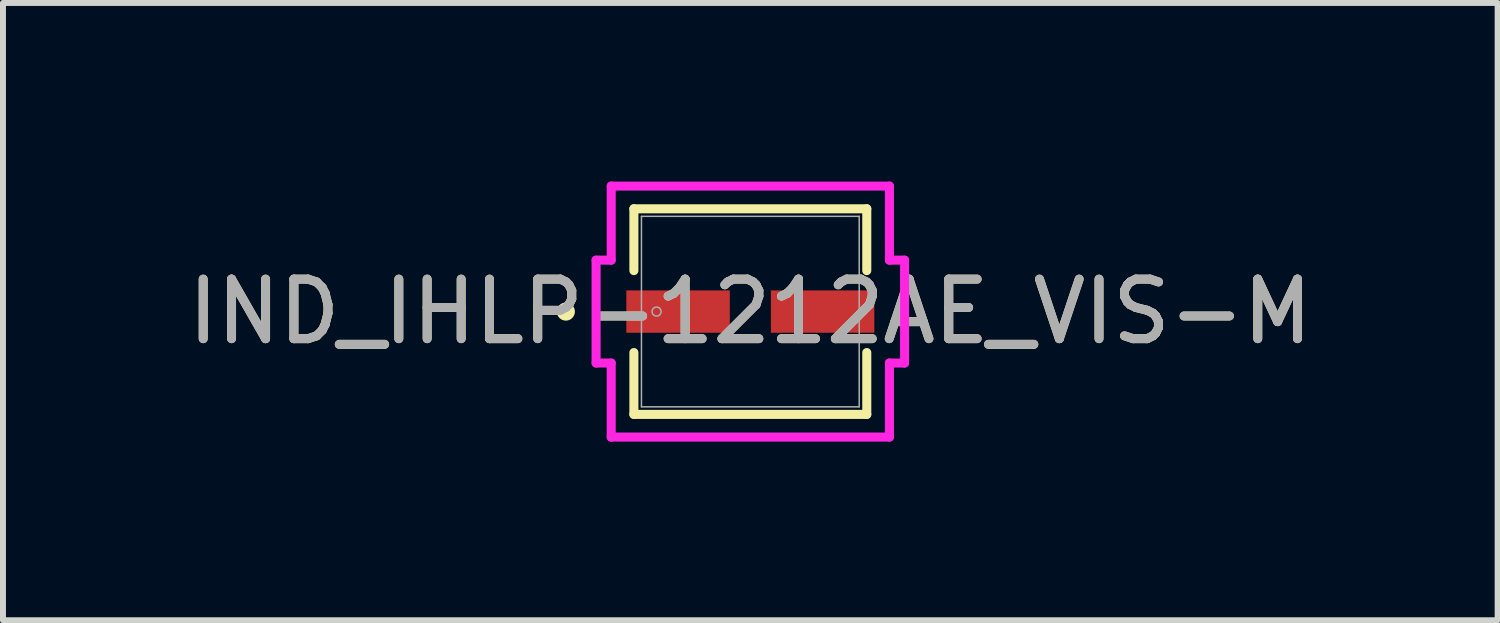
<source format=kicad_pcb>
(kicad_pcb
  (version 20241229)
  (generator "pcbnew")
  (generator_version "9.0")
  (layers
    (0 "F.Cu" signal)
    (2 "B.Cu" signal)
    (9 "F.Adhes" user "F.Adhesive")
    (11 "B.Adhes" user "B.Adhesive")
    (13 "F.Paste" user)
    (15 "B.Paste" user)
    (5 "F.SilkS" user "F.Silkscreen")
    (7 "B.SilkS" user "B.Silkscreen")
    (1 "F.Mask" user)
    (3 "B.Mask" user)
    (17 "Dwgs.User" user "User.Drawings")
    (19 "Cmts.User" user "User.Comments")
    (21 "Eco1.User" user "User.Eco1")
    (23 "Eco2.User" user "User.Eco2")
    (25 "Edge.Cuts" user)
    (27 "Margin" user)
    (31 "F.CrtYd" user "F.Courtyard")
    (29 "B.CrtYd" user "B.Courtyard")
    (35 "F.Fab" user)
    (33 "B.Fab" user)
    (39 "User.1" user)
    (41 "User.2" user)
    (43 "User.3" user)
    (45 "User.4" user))
  (footprint "IND_IHLP-1212AE_VIS-M"
    (layer "F.Cu")
    (at 9.554 2.184)
    (property "Reference" "IND_IHLP-1212AE_VIS-M" (at 0 0 0) (unlocked yes) (layer "F.SilkS") (effects (font (size 1 1) (thickness 0.15))))
    (attr smd)
    (fp_line (start -1.956 -1.727) (end -1.956 -0.688) (stroke (width 0.152) (type solid)) (layer "F.SilkS"))
    (fp_line (start -1.956 0.688) (end -1.956 1.727) (stroke (width 0.152) (type solid)) (layer "F.SilkS"))
    (fp_line (start -1.956 1.727) (end 1.956 1.727) (stroke (width 0.152) (type solid)) (layer "F.SilkS"))
    (fp_line (start 1.956 -1.727) (end -1.956 -1.727) (stroke (width 0.152) (type solid)) (layer "F.SilkS"))
    (fp_line (start 1.956 -0.688) (end 1.956 -1.727) (stroke (width 0.152) (type solid)) (layer "F.SilkS"))
    (fp_line (start 1.956 1.727) (end 1.956 0.688) (stroke (width 0.152) (type solid)) (layer "F.SilkS"))
    (fp_circle (center -3.099 0) (end -3.023 0) (stroke (width 0.152) (type solid)) (fill no) (layer "F.SilkS"))
    (fp_line (start -2.591 -0.864) (end -2.337 -0.864) (stroke (width 0.152) (type solid)) (layer "F.CrtYd"))
    (fp_line (start -2.591 0.864) (end -2.591 -0.864) (stroke (width 0.152) (type solid)) (layer "F.CrtYd"))
    (fp_line (start -2.337 -2.108) (end 2.337 -2.108) (stroke (width 0.152) (type solid)) (layer "F.CrtYd"))
    (fp_line (start -2.337 -0.864) (end -2.337 -2.108) (stroke (width 0.152) (type solid)) (layer "F.CrtYd"))
    (fp_line (start -2.337 0.864) (end -2.591 0.864) (stroke (width 0.152) (type solid)) (layer "F.CrtYd"))
    (fp_line (start -2.337 2.108) (end -2.337 0.864) (stroke (width 0.152) (type solid)) (layer "F.CrtYd"))
    (fp_line (start 2.337 -2.108) (end 2.337 -0.864) (stroke (width 0.152) (type solid)) (layer "F.CrtYd"))
    (fp_line (start 2.337 -0.864) (end 2.591 -0.864) (stroke (width 0.152) (type solid)) (layer "F.CrtYd"))
    (fp_line (start 2.337 0.864) (end 2.337 2.108) (stroke (width 0.152) (type solid)) (layer "F.CrtYd"))
    (fp_line (start 2.337 2.108) (end -2.337 2.108) (stroke (width 0.152) (type solid)) (layer "F.CrtYd"))
    (fp_line (start 2.591 -0.864) (end 2.591 0.864) (stroke (width 0.152) (type solid)) (layer "F.CrtYd"))
    (fp_line (start 2.591 0.864) (end 2.337 0.864) (stroke (width 0.152) (type solid)) (layer "F.CrtYd"))
    (fp_line (start -1.829 -1.6) (end -1.829 1.6) (stroke (width 0.025) (type solid)) (layer "F.Fab"))
    (fp_line (start -1.829 1.6) (end 1.829 1.6) (stroke (width 0.025) (type solid)) (layer "F.Fab"))
    (fp_line (start 1.829 -1.6) (end -1.829 -1.6) (stroke (width 0.025) (type solid)) (layer "F.Fab"))
    (fp_line (start 1.829 1.6) (end 1.829 -1.6) (stroke (width 0.025) (type solid)) (layer "F.Fab"))
    (fp_circle (center -1.575 0) (end -1.499 0) (stroke (width 0.025) (type solid)) (fill no) (layer "F.Fab"))
    (fp_text user "${REFERENCE}" (at 0 0 0) (unlocked yes) (layer "F.Fab") (effects (font (size 1 1) (thickness 0.15))))
    (pad "1" smd rect (at -1.214 0 90) (size 0.711 1.738) (layers "F.Cu" "F.Mask" "F.Paste"))
    (pad "2" smd rect (at 1.214 0 90) (size 0.711 1.738) (layers "F.Cu" "F.Mask" "F.Paste"))
    (zone (net_name "") (layer "F.Cu") (hatch full 0.508) (connect_pads) (min_thickness 0.254) (filled_areas_thickness no) (keepout (tracks not_allowed) (vias not_allowed) (pads allowed) (copperpour not_allowed) (footprints allowed)) (placement (enabled no)) (fill) (polygon (pts (xy 7.776 0.635) (xy 11.332 0.635) (xy 11.332 1.778) (xy 7.776 1.778))))
    (zone (net_name "") (layer "F.Cu") (hatch full 0.508) (connect_pads) (min_thickness 0.254) (filled_areas_thickness no) (keepout (tracks not_allowed) (vias not_allowed) (pads allowed) (copperpour not_allowed) (footprints allowed)) (placement (enabled no)) (fill) (polygon (pts (xy 7.776 2.591) (xy 11.332 2.591) (xy 11.332 3.734) (xy 7.776 3.734))))
    (zone (net_name "") (layer "F.Cu") (hatch full 0.508) (connect_pads) (min_thickness 0.254) (filled_areas_thickness no) (keepout (tracks not_allowed) (vias not_allowed) (pads allowed) (copperpour not_allowed) (footprints allowed)) (placement (enabled no)) (fill) (polygon (pts (xy 9.26 1.778) (xy 9.847 1.778) (xy 9.847 2.591) (xy 9.26 2.591)))))
  (gr_rect
    (start -3 -3)
    (end 22.107 7.369)
    (stroke (width 0.1) (type default))
    (fill no)
    (layer "Edge.Cuts")))
</source>
